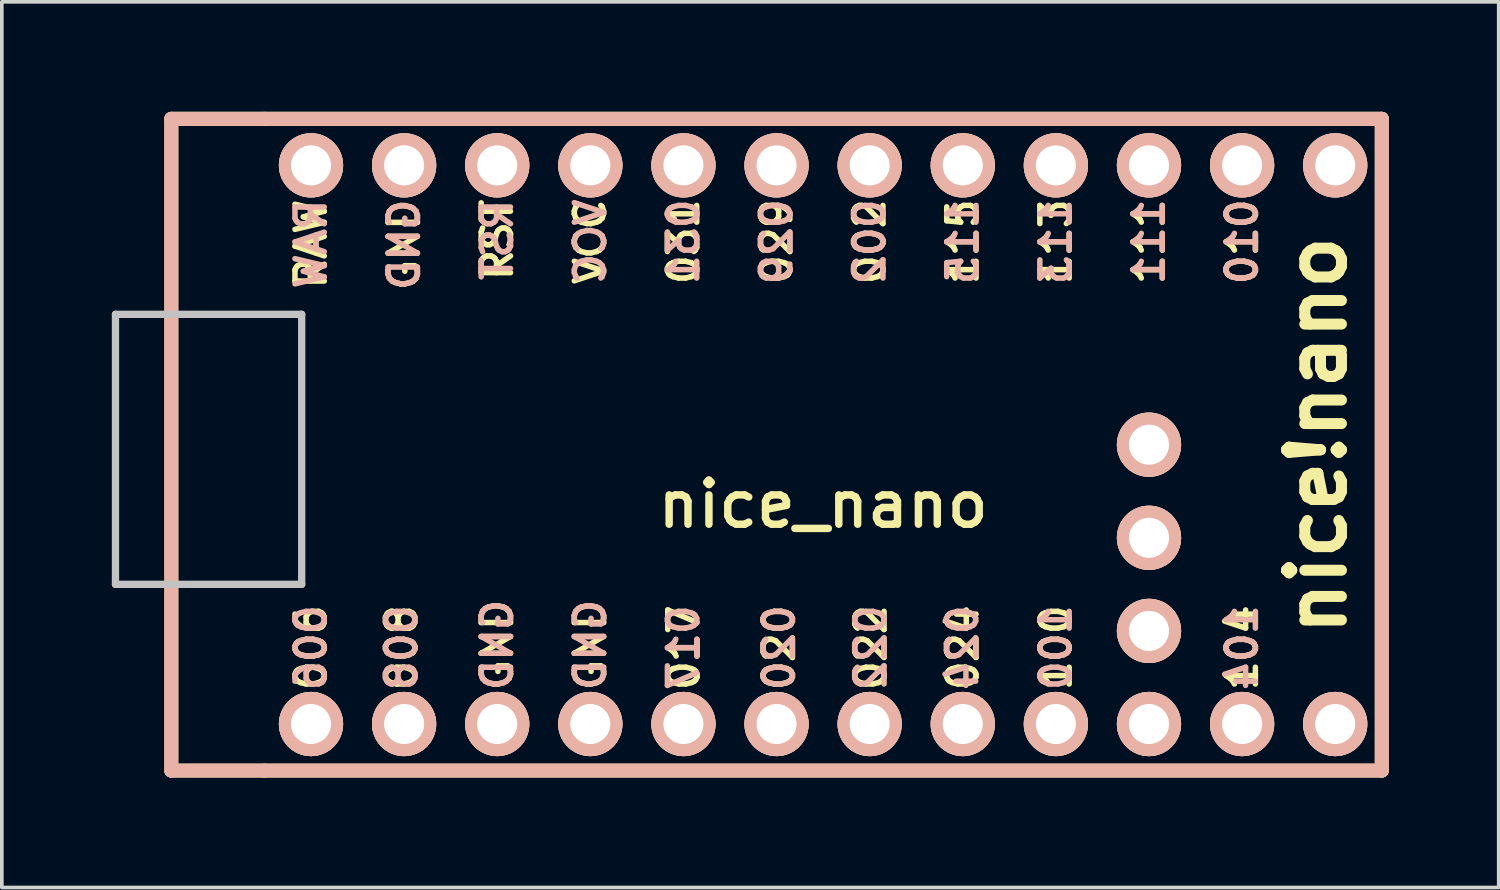
<source format=kicad_pcb>
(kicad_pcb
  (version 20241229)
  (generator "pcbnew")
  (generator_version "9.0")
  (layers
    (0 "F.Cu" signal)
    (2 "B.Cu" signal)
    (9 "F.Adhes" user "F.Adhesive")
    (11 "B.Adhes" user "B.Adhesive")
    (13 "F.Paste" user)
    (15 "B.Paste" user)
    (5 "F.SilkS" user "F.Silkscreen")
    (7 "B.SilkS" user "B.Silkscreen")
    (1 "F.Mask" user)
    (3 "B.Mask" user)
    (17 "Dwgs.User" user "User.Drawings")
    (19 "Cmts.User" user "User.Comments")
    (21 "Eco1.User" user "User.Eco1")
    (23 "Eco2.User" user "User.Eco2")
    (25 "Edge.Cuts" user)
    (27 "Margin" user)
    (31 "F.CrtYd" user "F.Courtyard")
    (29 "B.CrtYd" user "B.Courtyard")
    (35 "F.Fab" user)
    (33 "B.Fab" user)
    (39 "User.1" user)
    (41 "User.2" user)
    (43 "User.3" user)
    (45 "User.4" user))
  (footprint "nice_nano"
    (layer "F.Cu")
    (at 19.404 9.081)
    (property "Reference" "nice_nano" (at 0 1.625 0) (layer "F.SilkS") (effects (font (size 1.2 1.2) (thickness 0.203))))
    (attr through_hole)
    (fp_line (start -17.78 -8.89) (end -17.78 8.89) (stroke (width 0.381) (type solid)) (layer "F.SilkS"))
    (fp_line (start -17.78 8.89) (end -15.24 8.89) (stroke (width 0.381) (type solid)) (layer "F.SilkS"))
    (fp_line (start -15.24 -8.89) (end -17.78 -8.89) (stroke (width 0.381) (type solid)) (layer "F.SilkS"))
    (fp_line (start -15.24 8.89) (end 15.24 8.89) (stroke (width 0.381) (type solid)) (layer "F.SilkS"))
    (fp_line (start 15.24 -8.89) (end -15.24 -8.89) (stroke (width 0.381) (type solid)) (layer "F.SilkS"))
    (fp_line (start 15.24 8.89) (end 15.24 -8.89) (stroke (width 0.381) (type solid)) (layer "F.SilkS"))
    (fp_line (start -17.78 -8.89) (end -17.78 8.89) (stroke (width 0.381) (type solid)) (layer "B.SilkS"))
    (fp_line (start -17.78 8.89) (end 15.24 8.89) (stroke (width 0.381) (type solid)) (layer "B.SilkS"))
    (fp_line (start 15.24 -8.89) (end -17.78 -8.89) (stroke (width 0.381) (type solid)) (layer "B.SilkS"))
    (fp_line (start 15.24 8.89) (end 15.24 -8.89) (stroke (width 0.381) (type solid)) (layer "B.SilkS"))
    (fp_line (start -19.304 -3.556) (end -14.224 -3.556) (stroke (width 0.2) (type solid)) (layer "Dwgs.User"))
    (fp_line (start -19.304 3.81) (end -19.304 -3.556) (stroke (width 0.2) (type solid)) (layer "Dwgs.User"))
    (fp_line (start -14.224 -3.556) (end -14.224 3.81) (stroke (width 0.2) (type solid)) (layer "Dwgs.User"))
    (fp_line (start -14.224 3.81) (end -19.304 3.81) (stroke (width 0.2) (type solid)) (layer "Dwgs.User"))
    (fp_text user "111" (at 8.89 -5.537 90) (layer "F.SilkS") (effects (font (size 0.8 0.8) (thickness 0.15))))
    (fp_text user "RAW" (at -13.97 -5.474 90) (layer "F.SilkS") (effects (font (size 0.8 0.8) (thickness 0.15))))
    (fp_text user "104" (at 11.43 5.537 90) (layer "F.SilkS") (effects (font (size 0.8 0.8) (thickness 0.15))))
    (fp_text user "RST" (at -8.89 -5.588 90) (layer "F.SilkS") (effects (font (size 0.8 0.8) (thickness 0.15))))
    (fp_text user "008" (at -11.5 5.537 90) (layer "F.SilkS") (effects (font (size 0.8 0.8) (thickness 0.15))))
    (fp_text user "GND" (at -6.35 5.461 90) (layer "F.SilkS") (effects (font (size 0.8 0.8) (thickness 0.15))))
    (fp_text user "VCC" (at -6.35 -5.537 90) (layer "F.SilkS") (effects (font (size 0.8 0.8) (thickness 0.15))))
    (fp_text user "002" (at 1.27 -5.537 90) (layer "F.SilkS") (effects (font (size 0.8 0.8) (thickness 0.15))))
    (fp_text user "017" (at -3.8 5.537 90) (layer "F.SilkS") (effects (font (size 0.8 0.8) (thickness 0.15))))
    (fp_text user "nice!nano" (at 13.462 -0.254 90) (layer "F.SilkS") (effects (font (size 1.5 1.5) (thickness 0.3))))
    (fp_text user "GND" (at -8.89 5.461 90) (layer "F.SilkS") (effects (font (size 0.8 0.8) (thickness 0.15))))
    (fp_text user "010" (at 11.43 -5.537 90) (layer "F.SilkS") (effects (font (size 0.8 0.8) (thickness 0.15))))
    (fp_text user "024" (at 3.81 5.537 90) (layer "F.SilkS") (effects (font (size 0.8 0.8) (thickness 0.15))))
    (fp_text user "GND" (at -11.43 -5.455 90) (layer "F.SilkS") (effects (font (size 0.8 0.8) (thickness 0.15))))
    (fp_text user "100" (at 6.35 5.537 90) (layer "F.SilkS") (effects (font (size 0.8 0.8) (thickness 0.15))))
    (fp_text user "029" (at -1.27 -5.537 90) (layer "F.SilkS") (effects (font (size 0.8 0.8) (thickness 0.15))))
    (fp_text user "113" (at 6.35 -5.537 90) (layer "F.SilkS") (effects (font (size 0.8 0.8) (thickness 0.15))))
    (fp_text user "031" (at -3.81 -5.537 90) (layer "F.SilkS") (effects (font (size 0.8 0.8) (thickness 0.15))))
    (fp_text user "020" (at -1.2 5.537 90) (layer "F.SilkS") (effects (font (size 0.8 0.8) (thickness 0.15))))
    (fp_text user "115" (at 3.81 -5.537 90) (layer "F.SilkS") (effects (font (size 0.8 0.8) (thickness 0.15))))
    (fp_text user "022" (at 1.3 5.537 90) (layer "F.SilkS") (effects (font (size 0.8 0.8) (thickness 0.15))))
    (fp_text user "006" (at -13.97 5.537 90) (layer "F.SilkS") (effects (font (size 0.8 0.8) (thickness 0.15))))
    (fp_text user "022" (at 1.3 5.537 90) (layer "B.SilkS") (effects (font (size 0.8 0.8) (thickness 0.15)) (justify mirror)))
    (fp_text user "113" (at 6.35 -5.537 90) (layer "B.SilkS") (effects (font (size 0.8 0.8) (thickness 0.15)) (justify mirror)))
    (fp_text user "111" (at 8.89 -5.537 90) (layer "B.SilkS") (effects (font (size 0.8 0.8) (thickness 0.15)) (justify mirror)))
    (fp_text user "010" (at 11.43 -5.537 90) (layer "B.SilkS") (effects (font (size 0.8 0.8) (thickness 0.15)) (justify mirror)))
    (fp_text user "GND" (at -6.35 5.461 90) (layer "B.SilkS") (effects (font (size 0.8 0.8) (thickness 0.15)) (justify mirror)))
    (fp_text user "006" (at -13.97 5.537 90) (layer "B.SilkS") (effects (font (size 0.8 0.8) (thickness 0.15)) (justify mirror)))
    (fp_text user "029" (at -1.27 -5.537 90) (layer "B.SilkS") (effects (font (size 0.8 0.8) (thickness 0.15)) (justify mirror)))
    (fp_text user "GND" (at -11.43 -5.455 90) (layer "B.SilkS") (effects (font (size 0.8 0.8) (thickness 0.15)) (justify mirror)))
    (fp_text user "VCC" (at -6.35 -5.537 90) (layer "B.SilkS") (effects (font (size 0.8 0.8) (thickness 0.15)) (justify mirror)))
    (fp_text user "104" (at 11.43 5.537 90) (layer "B.SilkS") (effects (font (size 0.8 0.8) (thickness 0.15)) (justify mirror)))
    (fp_text user "115" (at 3.81 -5.537 90) (layer "B.SilkS") (effects (font (size 0.8 0.8) (thickness 0.15)) (justify mirror)))
    (fp_text user "002" (at 1.27 -5.537 90) (layer "B.SilkS") (effects (font (size 0.8 0.8) (thickness 0.15)) (justify mirror)))
    (fp_text user "RST" (at -8.89 -5.588 90) (layer "B.SilkS") (effects (font (size 0.8 0.8) (thickness 0.15)) (justify mirror)))
    (fp_text user "100" (at 6.35 5.537 90) (layer "B.SilkS") (effects (font (size 0.8 0.8) (thickness 0.15)) (justify mirror)))
    (fp_text user "008" (at -11.5 5.537 90) (layer "B.SilkS") (effects (font (size 0.8 0.8) (thickness 0.15)) (justify mirror)))
    (fp_text user "020" (at -1.2 5.537 90) (layer "B.SilkS") (effects (font (size 0.8 0.8) (thickness 0.15)) (justify mirror)))
    (fp_text user "RAW" (at -13.97 -5.474 90) (layer "B.SilkS") (effects (font (size 0.8 0.8) (thickness 0.15)) (justify mirror)))
    (fp_text user "GND" (at -8.89 5.461 90) (layer "B.SilkS") (effects (font (size 0.8 0.8) (thickness 0.15)) (justify mirror)))
    (fp_text user "017" (at -3.81 5.537 90) (layer "B.SilkS") (effects (font (size 0.8 0.8) (thickness 0.15)) (justify mirror)))
    (fp_text user "031" (at -3.81 -5.537 90) (layer "B.SilkS") (effects (font (size 0.8 0.8) (thickness 0.15)) (justify mirror)))
    (fp_text user "024" (at 3.8 5.537 90) (layer "B.SilkS") (effects (font (size 0.8 0.8) (thickness 0.15)) (justify mirror)))
    (pad "1" thru_hole circle (at -13.97 7.62) (size 1.753 1.753) (drill 1.092) (layers "*.Cu" "*.SilkS" "*.Mask"))
    (pad "2" thru_hole circle (at -11.43 7.62) (size 1.753 1.753) (drill 1.092) (layers "*.Cu" "*.SilkS" "*.Mask"))
    (pad "3" thru_hole circle (at -8.89 7.62) (size 1.753 1.753) (drill 1.092) (layers "*.Cu" "*.SilkS" "*.Mask"))
    (pad "4" thru_hole circle (at -6.35 7.62) (size 1.753 1.753) (drill 1.092) (layers "*.Cu" "*.SilkS" "*.Mask"))
    (pad "5" thru_hole circle (at -3.81 7.62) (size 1.753 1.753) (drill 1.092) (layers "*.Cu" "*.SilkS" "*.Mask"))
    (pad "6" thru_hole circle (at -1.27 7.62) (size 1.753 1.753) (drill 1.092) (layers "*.Cu" "*.SilkS" "*.Mask"))
    (pad "7" thru_hole circle (at 1.27 7.62) (size 1.753 1.753) (drill 1.092) (layers "*.Cu" "*.SilkS" "*.Mask"))
    (pad "8" thru_hole circle (at 3.81 7.62) (size 1.753 1.753) (drill 1.092) (layers "*.Cu" "*.SilkS" "*.Mask"))
    (pad "9" thru_hole circle (at 6.35 7.62) (size 1.753 1.753) (drill 1.092) (layers "*.Cu" "*.SilkS" "*.Mask"))
    (pad "10" thru_hole circle (at 8.89 7.62) (size 1.753 1.753) (drill 1.092) (layers "*.Cu" "*.SilkS" "*.Mask"))
    (pad "11" thru_hole circle (at 11.43 7.62) (size 1.753 1.753) (drill 1.092) (layers "*.Cu" "*.SilkS" "*.Mask"))
    (pad "12" thru_hole circle (at 13.97 7.62) (size 1.753 1.753) (drill 1.092) (layers "*.Cu" "*.SilkS" "*.Mask"))
    (pad "13" thru_hole circle (at 13.97 -7.62) (size 1.753 1.753) (drill 1.092) (layers "*.Cu" "*.SilkS" "*.Mask"))
    (pad "14" thru_hole circle (at 11.43 -7.62) (size 1.753 1.753) (drill 1.092) (layers "*.Cu" "*.SilkS" "*.Mask"))
    (pad "15" thru_hole circle (at 8.89 -7.62) (size 1.753 1.753) (drill 1.092) (layers "*.Cu" "*.SilkS" "*.Mask"))
    (pad "16" thru_hole circle (at 6.35 -7.62) (size 1.753 1.753) (drill 1.092) (layers "*.Cu" "*.SilkS" "*.Mask"))
    (pad "17" thru_hole circle (at 3.81 -7.62) (size 1.753 1.753) (drill 1.092) (layers "*.Cu" "*.SilkS" "*.Mask"))
    (pad "18" thru_hole circle (at 1.27 -7.62) (size 1.753 1.753) (drill 1.092) (layers "*.Cu" "*.SilkS" "*.Mask"))
    (pad "19" thru_hole circle (at -1.27 -7.62) (size 1.753 1.753) (drill 1.092) (layers "*.Cu" "*.SilkS" "*.Mask"))
    (pad "20" thru_hole circle (at -3.81 -7.62) (size 1.753 1.753) (drill 1.092) (layers "*.Cu" "*.SilkS" "*.Mask"))
    (pad "21" thru_hole circle (at -6.35 -7.62) (size 1.753 1.753) (drill 1.092) (layers "*.Cu" "*.SilkS" "*.Mask"))
    (pad "22" thru_hole circle (at -8.89 -7.62) (size 1.753 1.753) (drill 1.092) (layers "*.Cu" "*.SilkS" "*.Mask"))
    (pad "23" thru_hole circle (at -11.43 -7.62) (size 1.753 1.753) (drill 1.092) (layers "*.Cu" "*.SilkS" "*.Mask"))
    (pad "24" thru_hole circle (at -13.97 -7.62) (size 1.753 1.753) (drill 1.092) (layers "*.Cu" "*.SilkS" "*.Mask"))
    (pad "31" thru_hole circle (at 8.89 5.08) (size 1.753 1.753) (drill 1.092) (layers "*.Cu" "*.SilkS" "*.Mask"))
    (pad "32" thru_hole circle (at 8.89 2.54) (size 1.753 1.753) (drill 1.092) (layers "*.Cu" "*.SilkS" "*.Mask"))
    (pad "33" thru_hole circle (at 8.89 0) (size 1.753 1.753) (drill 1.092) (layers "*.Cu" "*.SilkS" "*.Mask")))
  (gr_rect
    (start -3 -3)
    (end 37.834 21.161)
    (stroke (width 0.1) (type default))
    (fill no)
    (layer "Edge.Cuts")))
</source>
